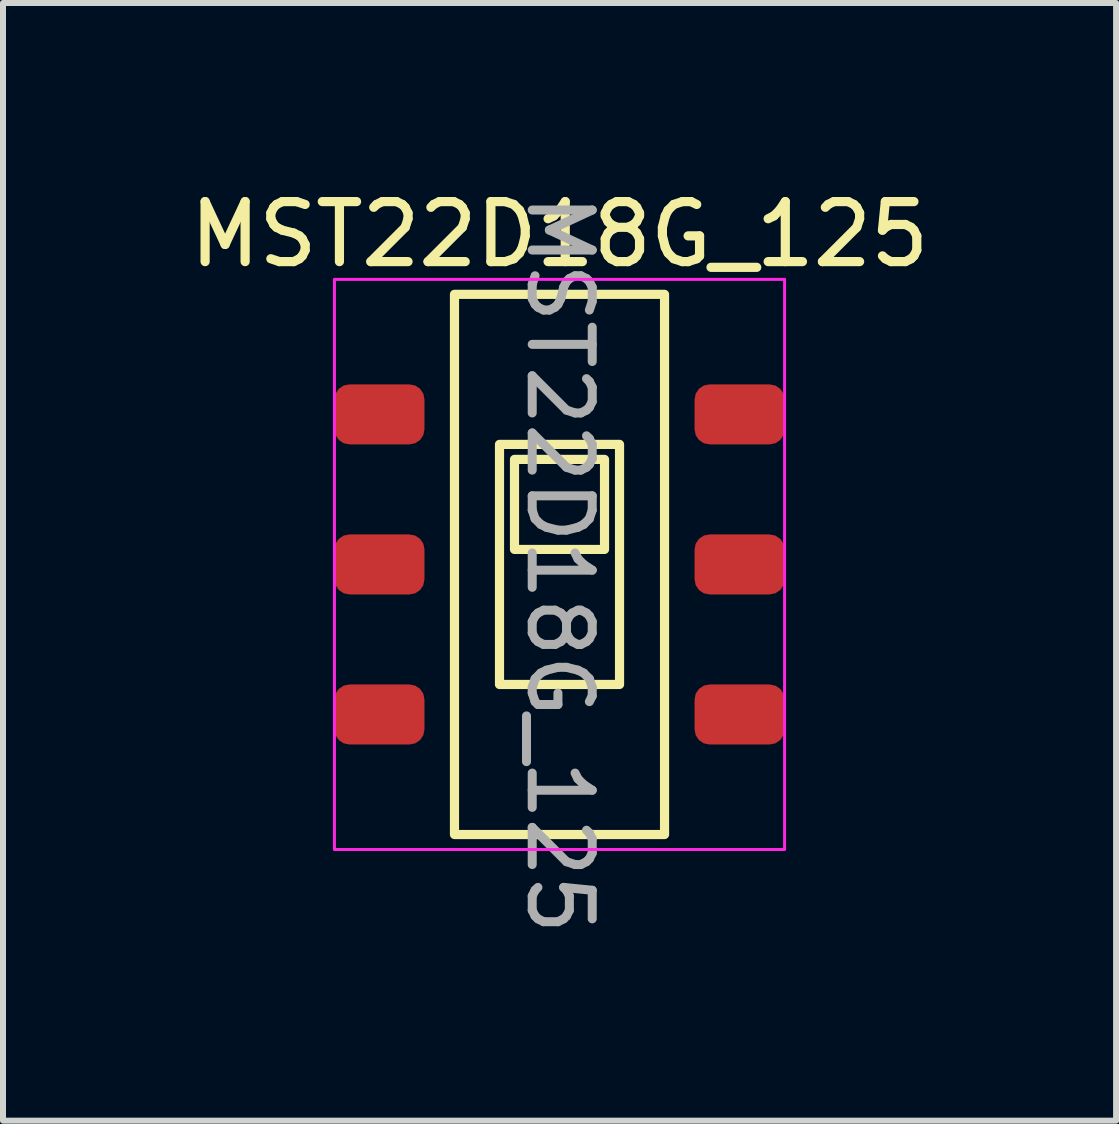
<source format=kicad_pcb>
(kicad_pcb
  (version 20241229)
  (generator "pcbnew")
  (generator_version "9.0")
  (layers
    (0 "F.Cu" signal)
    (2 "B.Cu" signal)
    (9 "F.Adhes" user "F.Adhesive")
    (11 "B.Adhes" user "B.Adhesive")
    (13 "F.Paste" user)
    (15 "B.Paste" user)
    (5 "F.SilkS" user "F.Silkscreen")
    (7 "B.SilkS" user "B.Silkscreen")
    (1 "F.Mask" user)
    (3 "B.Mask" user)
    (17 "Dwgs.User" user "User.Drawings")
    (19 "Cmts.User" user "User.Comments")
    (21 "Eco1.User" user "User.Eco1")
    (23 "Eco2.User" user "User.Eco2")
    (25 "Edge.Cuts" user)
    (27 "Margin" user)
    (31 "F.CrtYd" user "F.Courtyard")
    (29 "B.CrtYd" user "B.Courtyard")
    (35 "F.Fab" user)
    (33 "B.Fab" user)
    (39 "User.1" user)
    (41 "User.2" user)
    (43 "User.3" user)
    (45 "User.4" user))
  (footprint "MST22D18G_125"
    (layer "F.Cu")
    (at 6.272 6.354)
    (property "Reference" "MST22D18G_125" (at 0 -5.5 0) (unlocked yes) (layer "F.SilkS") (effects (font (size 1 1) (thickness 0.153))))
    (attr smd)
    (fp_rect (start -1.75 -4.5) (end 1.75 4.5) (stroke (width 0.153) (type default)) (fill no) (layer "F.SilkS"))
    (fp_rect (start -1 -2) (end 1 2) (stroke (width 0.153) (type default)) (fill no) (layer "F.SilkS"))
    (fp_rect (start -0.75 -1.75) (end 0.75 -0.25) (stroke (width 0.153) (type default)) (fill no) (layer "F.SilkS"))
    (fp_rect (start -3.75 -4.75) (end 3.75 4.75) (stroke (width 0.05) (type default)) (fill no) (layer "F.CrtYd"))
    (fp_text user "${REFERENCE}" (at 0 0 270) (unlocked yes) (layer "F.Fab") (effects (font (size 1 1) (thickness 0.15))))
    (pad "1" smd roundrect (at -3 -2.5) (size 1.5 1) (layers "F.Cu" "F.Mask" "F.Paste") (roundrect_rratio 0.25))
    (pad "2" smd roundrect (at -3 0) (size 1.5 1) (layers "F.Cu" "F.Mask" "F.Paste") (roundrect_rratio 0.25))
    (pad "3" smd roundrect (at -3 2.5) (size 1.5 1) (layers "F.Cu" "F.Mask" "F.Paste") (roundrect_rratio 0.25))
    (pad "4" smd roundrect (at 3 2.5) (size 1.5 1) (layers "F.Cu" "F.Mask" "F.Paste") (roundrect_rratio 0.25))
    (pad "5" smd roundrect (at 3 0) (size 1.5 1) (layers "F.Cu" "F.Mask" "F.Paste") (roundrect_rratio 0.25))
    (pad "6" smd roundrect (at 3 -2.5) (size 1.5 1) (layers "F.Cu" "F.Mask" "F.Paste") (roundrect_rratio 0.25)))
  (gr_rect
    (start -3 -3)
    (end 15.545 15.621)
    (stroke (width 0.1) (type default))
    (fill no)
    (layer "Edge.Cuts")))
</source>
